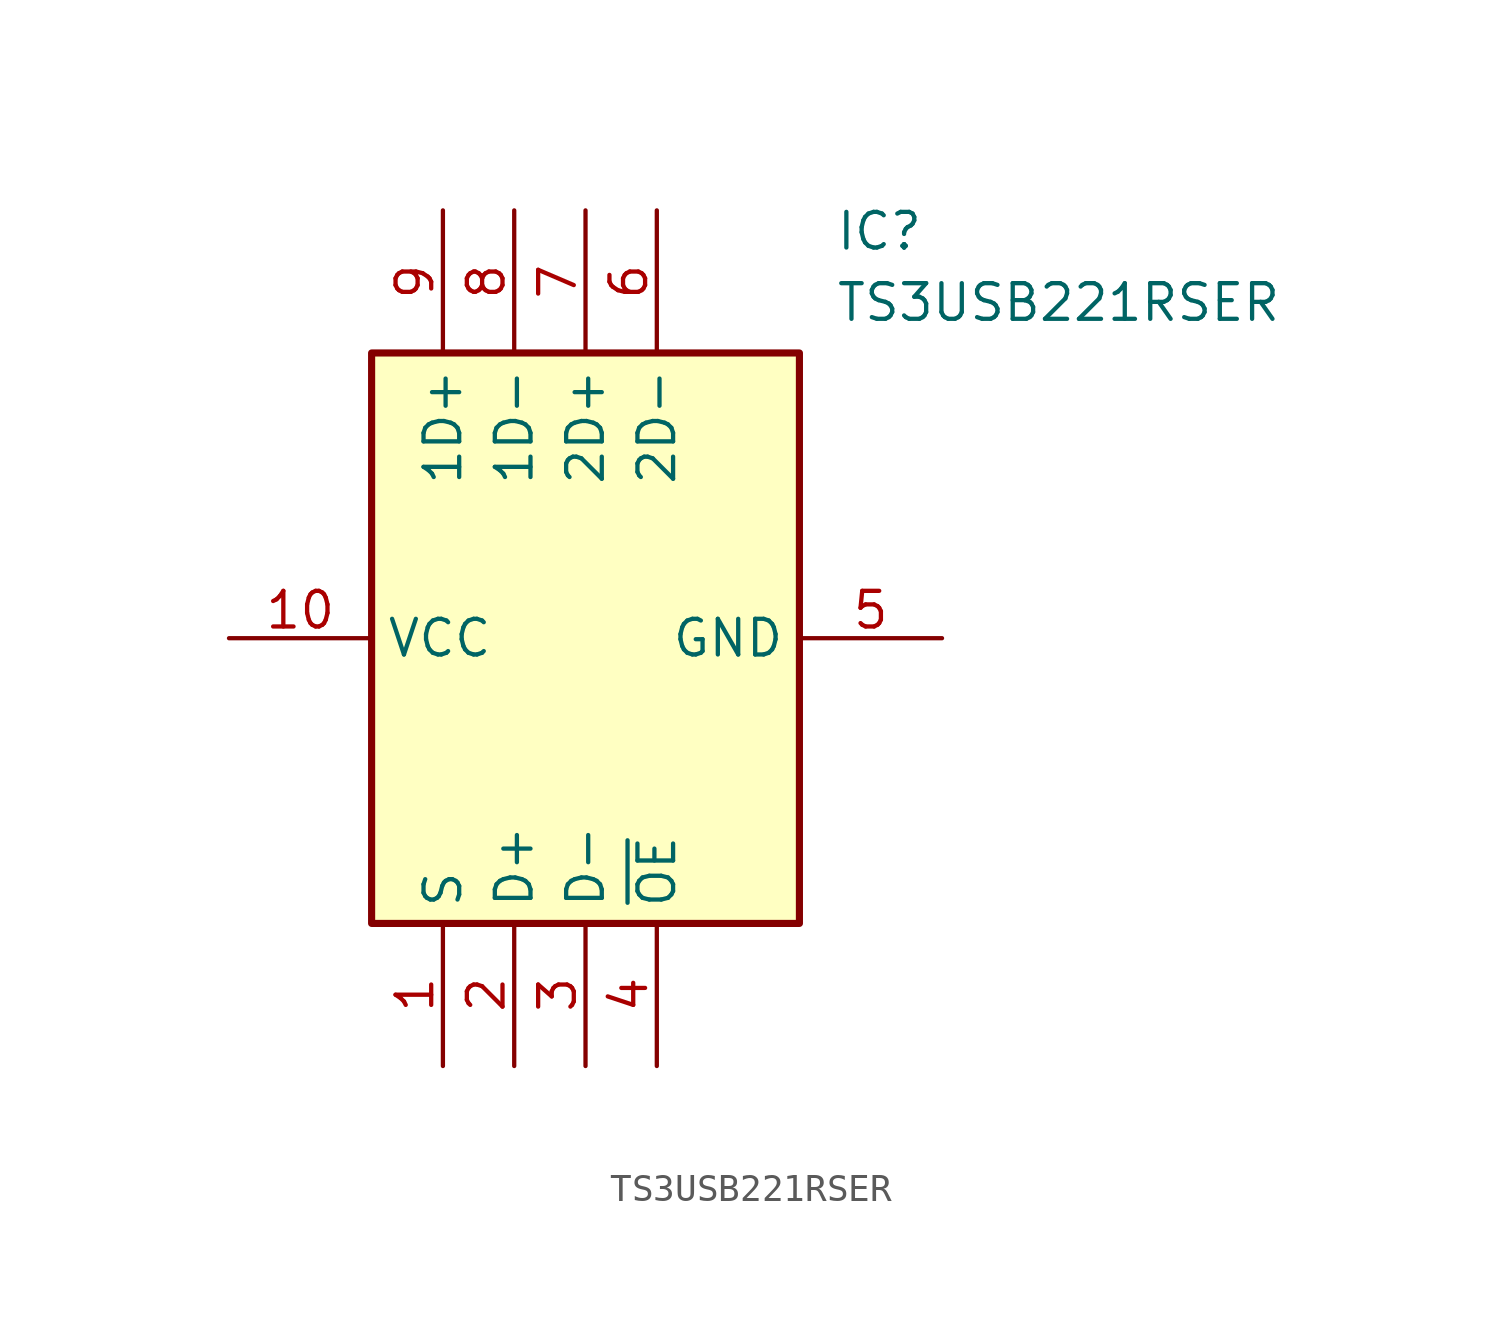
<source format=kicad_sym>
(kicad_symbol_lib
  (version 20211014)
  (generator SamacSys_ECAD_Model)
  (symbol "TS3USB221RSER"
    (property "Reference" "IC"
      (at 21.59 15.24 0)
      (effects (font (size 1.27 1.27)) (justify left top)))
    (property "Value" "TS3USB221RSER"
      (at 21.59 12.7 0)
      (effects (font (size 1.27 1.27)) (justify left top)))
    (rectangle
      (start 5.08 10.16)
      (end 20.32 -10.16)
      (stroke (width 0.254) (type default))
      (fill (type background)))
    (pin passive line
      (at 7.62 -15.24 90)
      (length 5.08)
      (name "S" (effects (font (size 1.27 1.27))))
      (number "1" (effects (font (size 1.27 1.27)))))
    (pin passive line
      (at 10.16 -15.24 90)
      (length 5.08)
      (name "D+" (effects (font (size 1.27 1.27))))
      (number "2" (effects (font (size 1.27 1.27)))))
    (pin passive line
      (at 12.7 -15.24 90)
      (length 5.08)
      (name "D-" (effects (font (size 1.27 1.27))))
      (number "3" (effects (font (size 1.27 1.27)))))
    (pin passive line
      (at 15.24 -15.24 90)
      (length 5.08)
      (name "~{OE}" (effects (font (size 1.27 1.27))))
      (number "4" (effects (font (size 1.27 1.27)))))
    (pin passive line
      (at 25.4 0 180)
      (length 5.08)
      (name "GND" (effects (font (size 1.27 1.27))))
      (number "5" (effects (font (size 1.27 1.27)))))
    (pin passive line
      (at 15.24 15.24 270)
      (length 5.08)
      (name "2D-" (effects (font (size 1.27 1.27))))
      (number "6" (effects (font (size 1.27 1.27)))))
    (pin passive line
      (at 12.7 15.24 270)
      (length 5.08)
      (name "2D+" (effects (font (size 1.27 1.27))))
      (number "7" (effects (font (size 1.27 1.27)))))
    (pin passive line
      (at 10.16 15.24 270)
      (length 5.08)
      (name "1D-" (effects (font (size 1.27 1.27))))
      (number "8" (effects (font (size 1.27 1.27)))))
    (pin passive line
      (at 7.62 15.24 270)
      (length 5.08)
      (name "1D+" (effects (font (size 1.27 1.27))))
      (number "9" (effects (font (size 1.27 1.27)))))
    (pin passive line
      (at 0 0 0)
      (length 5.08)
      (name "VCC" (effects (font (size 1.27 1.27))))
      (number "10" (effects (font (size 1.27 1.27)))))))
</source>
